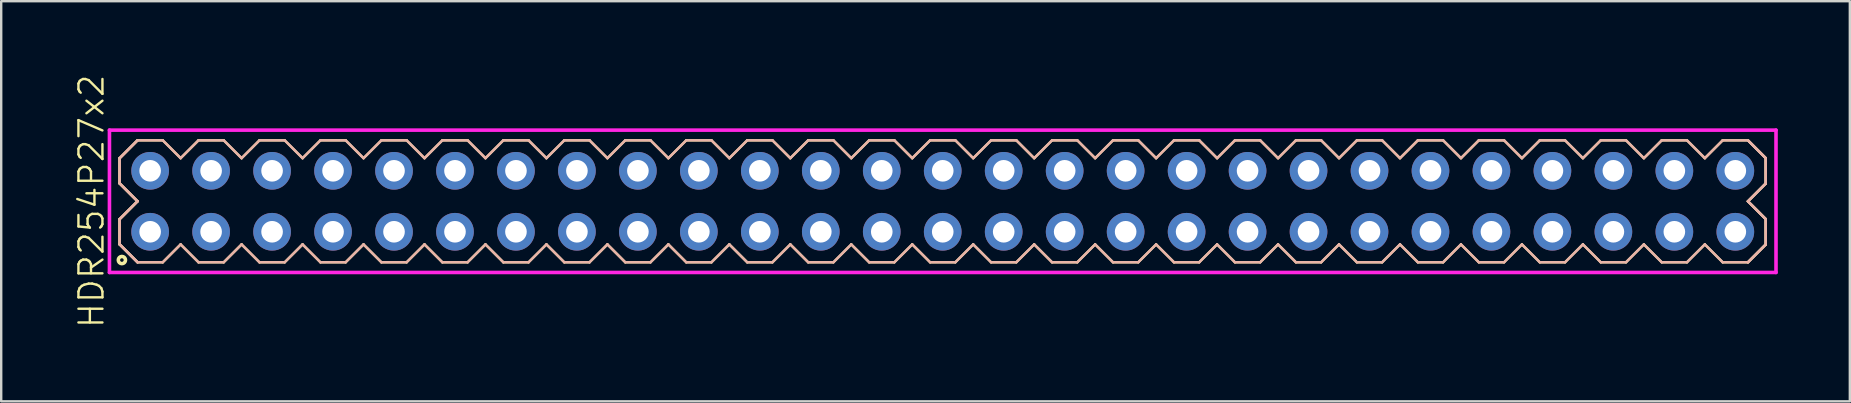
<source format=kicad_pcb>
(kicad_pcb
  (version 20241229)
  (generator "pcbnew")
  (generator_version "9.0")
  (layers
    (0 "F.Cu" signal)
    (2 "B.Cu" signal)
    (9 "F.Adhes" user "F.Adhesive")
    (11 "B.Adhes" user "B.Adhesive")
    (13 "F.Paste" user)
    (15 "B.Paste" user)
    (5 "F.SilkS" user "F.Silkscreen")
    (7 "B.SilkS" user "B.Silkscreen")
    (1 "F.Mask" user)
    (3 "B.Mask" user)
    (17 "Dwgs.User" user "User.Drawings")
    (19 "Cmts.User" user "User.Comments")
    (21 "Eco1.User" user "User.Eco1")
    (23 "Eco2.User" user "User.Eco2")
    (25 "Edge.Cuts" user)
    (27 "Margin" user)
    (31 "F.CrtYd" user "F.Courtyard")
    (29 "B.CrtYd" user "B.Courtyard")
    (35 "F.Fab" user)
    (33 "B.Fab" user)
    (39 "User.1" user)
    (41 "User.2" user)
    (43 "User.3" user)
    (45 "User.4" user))
  (footprint "HDR254P27x2"
    (layer "F.Cu")
    (at 36.225 5.336)
    (property "Reference" "HDR254P27x2" (at -35.465 0 90) (layer "F.SilkS") (effects (font (size 1 1) (thickness 0.1))))
    (attr through_hole)
    (fp_line (start -34.29 -1.796) (end -33.546 -2.54) (stroke (width 0.1) (type solid)) (layer "F.SilkS"))
    (fp_line (start -34.29 -1.796) (end -33.546 -2.54) (stroke (width 0.1) (type solid)) (layer "F.SilkS"))
    (fp_line (start -34.29 -0.744) (end -34.29 -1.796) (stroke (width 0.1) (type solid)) (layer "F.SilkS"))
    (fp_line (start -34.29 -0.744) (end -34.29 -1.796) (stroke (width 0.1) (type solid)) (layer "F.SilkS"))
    (fp_line (start -34.29 0.744) (end -33.546 0) (stroke (width 0.1) (type solid)) (layer "F.SilkS"))
    (fp_line (start -34.29 0.744) (end -33.546 0) (stroke (width 0.1) (type solid)) (layer "F.SilkS"))
    (fp_line (start -34.29 1.796) (end -34.29 0.744) (stroke (width 0.1) (type solid)) (layer "F.SilkS"))
    (fp_line (start -34.29 1.796) (end -34.29 0.744) (stroke (width 0.1) (type solid)) (layer "F.SilkS"))
    (fp_line (start -33.546 -2.54) (end -32.494 -2.54) (stroke (width 0.1) (type solid)) (layer "F.SilkS"))
    (fp_line (start -33.546 0) (end -34.29 -0.744) (stroke (width 0.1) (type solid)) (layer "F.SilkS"))
    (fp_line (start -33.546 0) (end -34.29 -0.744) (stroke (width 0.1) (type solid)) (layer "F.SilkS"))
    (fp_line (start -33.546 2.54) (end -34.29 1.796) (stroke (width 0.1) (type solid)) (layer "F.SilkS"))
    (fp_line (start -33.546 2.54) (end -34.29 1.796) (stroke (width 0.1) (type solid)) (layer "F.SilkS"))
    (fp_line (start -32.494 -2.54) (end -31.75 -1.796) (stroke (width 0.1) (type solid)) (layer "F.SilkS"))
    (fp_line (start -32.494 2.54) (end -33.546 2.54) (stroke (width 0.1) (type solid)) (layer "F.SilkS"))
    (fp_line (start -31.75 -1.796) (end -31.006 -2.54) (stroke (width 0.1) (type solid)) (layer "F.SilkS"))
    (fp_line (start -31.75 1.796) (end -32.494 2.54) (stroke (width 0.1) (type solid)) (layer "F.SilkS"))
    (fp_line (start -31.006 -2.54) (end -29.954 -2.54) (stroke (width 0.1) (type solid)) (layer "F.SilkS"))
    (fp_line (start -31.006 2.54) (end -31.75 1.796) (stroke (width 0.1) (type solid)) (layer "F.SilkS"))
    (fp_line (start -29.954 -2.54) (end -29.21 -1.796) (stroke (width 0.1) (type solid)) (layer "F.SilkS"))
    (fp_line (start -29.954 2.54) (end -31.006 2.54) (stroke (width 0.1) (type solid)) (layer "F.SilkS"))
    (fp_line (start -29.21 -1.796) (end -28.466 -2.54) (stroke (width 0.1) (type solid)) (layer "F.SilkS"))
    (fp_line (start -29.21 1.796) (end -29.954 2.54) (stroke (width 0.1) (type solid)) (layer "F.SilkS"))
    (fp_line (start -28.466 -2.54) (end -27.414 -2.54) (stroke (width 0.1) (type solid)) (layer "F.SilkS"))
    (fp_line (start -28.466 2.54) (end -29.21 1.796) (stroke (width 0.1) (type solid)) (layer "F.SilkS"))
    (fp_line (start -27.414 -2.54) (end -26.67 -1.796) (stroke (width 0.1) (type solid)) (layer "F.SilkS"))
    (fp_line (start -27.414 2.54) (end -28.466 2.54) (stroke (width 0.1) (type solid)) (layer "F.SilkS"))
    (fp_line (start -26.67 -1.796) (end -25.926 -2.54) (stroke (width 0.1) (type solid)) (layer "F.SilkS"))
    (fp_line (start -26.67 1.796) (end -27.414 2.54) (stroke (width 0.1) (type solid)) (layer "F.SilkS"))
    (fp_line (start -25.926 -2.54) (end -24.874 -2.54) (stroke (width 0.1) (type solid)) (layer "F.SilkS"))
    (fp_line (start -25.926 2.54) (end -26.67 1.796) (stroke (width 0.1) (type solid)) (layer "F.SilkS"))
    (fp_line (start -24.874 -2.54) (end -24.13 -1.796) (stroke (width 0.1) (type solid)) (layer "F.SilkS"))
    (fp_line (start -24.874 2.54) (end -25.926 2.54) (stroke (width 0.1) (type solid)) (layer "F.SilkS"))
    (fp_line (start -24.13 -1.796) (end -23.386 -2.54) (stroke (width 0.1) (type solid)) (layer "F.SilkS"))
    (fp_line (start -24.13 1.796) (end -24.874 2.54) (stroke (width 0.1) (type solid)) (layer "F.SilkS"))
    (fp_line (start -23.386 -2.54) (end -22.334 -2.54) (stroke (width 0.1) (type solid)) (layer "F.SilkS"))
    (fp_line (start -23.386 2.54) (end -24.13 1.796) (stroke (width 0.1) (type solid)) (layer "F.SilkS"))
    (fp_line (start -22.334 -2.54) (end -21.59 -1.796) (stroke (width 0.1) (type solid)) (layer "F.SilkS"))
    (fp_line (start -22.334 2.54) (end -23.386 2.54) (stroke (width 0.1) (type solid)) (layer "F.SilkS"))
    (fp_line (start -21.59 -1.796) (end -20.846 -2.54) (stroke (width 0.1) (type solid)) (layer "F.SilkS"))
    (fp_line (start -21.59 1.796) (end -22.334 2.54) (stroke (width 0.1) (type solid)) (layer "F.SilkS"))
    (fp_line (start -20.846 -2.54) (end -19.794 -2.54) (stroke (width 0.1) (type solid)) (layer "F.SilkS"))
    (fp_line (start -20.846 2.54) (end -21.59 1.796) (stroke (width 0.1) (type solid)) (layer "F.SilkS"))
    (fp_line (start -19.794 -2.54) (end -19.05 -1.796) (stroke (width 0.1) (type solid)) (layer "F.SilkS"))
    (fp_line (start -19.794 2.54) (end -20.846 2.54) (stroke (width 0.1) (type solid)) (layer "F.SilkS"))
    (fp_line (start -19.05 -1.796) (end -18.306 -2.54) (stroke (width 0.1) (type solid)) (layer "F.SilkS"))
    (fp_line (start -19.05 1.796) (end -19.794 2.54) (stroke (width 0.1) (type solid)) (layer "F.SilkS"))
    (fp_line (start -18.306 -2.54) (end -17.254 -2.54) (stroke (width 0.1) (type solid)) (layer "F.SilkS"))
    (fp_line (start -18.306 2.54) (end -19.05 1.796) (stroke (width 0.1) (type solid)) (layer "F.SilkS"))
    (fp_line (start -17.254 -2.54) (end -16.51 -1.796) (stroke (width 0.1) (type solid)) (layer "F.SilkS"))
    (fp_line (start -17.254 2.54) (end -18.306 2.54) (stroke (width 0.1) (type solid)) (layer "F.SilkS"))
    (fp_line (start -16.51 -1.796) (end -15.766 -2.54) (stroke (width 0.1) (type solid)) (layer "F.SilkS"))
    (fp_line (start -16.51 1.796) (end -17.254 2.54) (stroke (width 0.1) (type solid)) (layer "F.SilkS"))
    (fp_line (start -15.766 -2.54) (end -14.714 -2.54) (stroke (width 0.1) (type solid)) (layer "F.SilkS"))
    (fp_line (start -15.766 2.54) (end -16.51 1.796) (stroke (width 0.1) (type solid)) (layer "F.SilkS"))
    (fp_line (start -14.714 -2.54) (end -13.97 -1.796) (stroke (width 0.1) (type solid)) (layer "F.SilkS"))
    (fp_line (start -14.714 2.54) (end -15.766 2.54) (stroke (width 0.1) (type solid)) (layer "F.SilkS"))
    (fp_line (start -13.97 -1.796) (end -13.226 -2.54) (stroke (width 0.1) (type solid)) (layer "F.SilkS"))
    (fp_line (start -13.97 1.796) (end -14.714 2.54) (stroke (width 0.1) (type solid)) (layer "F.SilkS"))
    (fp_line (start -13.226 -2.54) (end -12.174 -2.54) (stroke (width 0.1) (type solid)) (layer "F.SilkS"))
    (fp_line (start -13.226 2.54) (end -13.97 1.796) (stroke (width 0.1) (type solid)) (layer "F.SilkS"))
    (fp_line (start -12.174 -2.54) (end -11.43 -1.796) (stroke (width 0.1) (type solid)) (layer "F.SilkS"))
    (fp_line (start -12.174 2.54) (end -13.226 2.54) (stroke (width 0.1) (type solid)) (layer "F.SilkS"))
    (fp_line (start -11.43 -1.796) (end -10.686 -2.54) (stroke (width 0.1) (type solid)) (layer "F.SilkS"))
    (fp_line (start -11.43 1.796) (end -12.174 2.54) (stroke (width 0.1) (type solid)) (layer "F.SilkS"))
    (fp_line (start -10.686 -2.54) (end -9.634 -2.54) (stroke (width 0.1) (type solid)) (layer "F.SilkS"))
    (fp_line (start -10.686 2.54) (end -11.43 1.796) (stroke (width 0.1) (type solid)) (layer "F.SilkS"))
    (fp_line (start -9.634 -2.54) (end -8.89 -1.796) (stroke (width 0.1) (type solid)) (layer "F.SilkS"))
    (fp_line (start -9.634 2.54) (end -10.686 2.54) (stroke (width 0.1) (type solid)) (layer "F.SilkS"))
    (fp_line (start -8.89 -1.796) (end -8.146 -2.54) (stroke (width 0.1) (type solid)) (layer "F.SilkS"))
    (fp_line (start -8.89 1.796) (end -9.634 2.54) (stroke (width 0.1) (type solid)) (layer "F.SilkS"))
    (fp_line (start -8.146 -2.54) (end -7.094 -2.54) (stroke (width 0.1) (type solid)) (layer "F.SilkS"))
    (fp_line (start -8.146 2.54) (end -8.89 1.796) (stroke (width 0.1) (type solid)) (layer "F.SilkS"))
    (fp_line (start -7.094 -2.54) (end -6.35 -1.796) (stroke (width 0.1) (type solid)) (layer "F.SilkS"))
    (fp_line (start -7.094 2.54) (end -8.146 2.54) (stroke (width 0.1) (type solid)) (layer "F.SilkS"))
    (fp_line (start -6.35 -1.796) (end -5.606 -2.54) (stroke (width 0.1) (type solid)) (layer "F.SilkS"))
    (fp_line (start -6.35 1.796) (end -7.094 2.54) (stroke (width 0.1) (type solid)) (layer "F.SilkS"))
    (fp_line (start -5.606 -2.54) (end -4.554 -2.54) (stroke (width 0.1) (type solid)) (layer "F.SilkS"))
    (fp_line (start -5.606 2.54) (end -6.35 1.796) (stroke (width 0.1) (type solid)) (layer "F.SilkS"))
    (fp_line (start -4.554 -2.54) (end -3.81 -1.796) (stroke (width 0.1) (type solid)) (layer "F.SilkS"))
    (fp_line (start -4.554 2.54) (end -5.606 2.54) (stroke (width 0.1) (type solid)) (layer "F.SilkS"))
    (fp_line (start -3.81 -1.796) (end -3.066 -2.54) (stroke (width 0.1) (type solid)) (layer "F.SilkS"))
    (fp_line (start -3.81 1.796) (end -4.554 2.54) (stroke (width 0.1) (type solid)) (layer "F.SilkS"))
    (fp_line (start -3.066 -2.54) (end -2.014 -2.54) (stroke (width 0.1) (type solid)) (layer "F.SilkS"))
    (fp_line (start -3.066 2.54) (end -3.81 1.796) (stroke (width 0.1) (type solid)) (layer "F.SilkS"))
    (fp_line (start -2.014 -2.54) (end -1.27 -1.796) (stroke (width 0.1) (type solid)) (layer "F.SilkS"))
    (fp_line (start -2.014 2.54) (end -3.066 2.54) (stroke (width 0.1) (type solid)) (layer "F.SilkS"))
    (fp_line (start -1.27 -1.796) (end -0.526 -2.54) (stroke (width 0.1) (type solid)) (layer "F.SilkS"))
    (fp_line (start -1.27 1.796) (end -2.014 2.54) (stroke (width 0.1) (type solid)) (layer "F.SilkS"))
    (fp_line (start -0.526 -2.54) (end 0.526 -2.54) (stroke (width 0.1) (type solid)) (layer "F.SilkS"))
    (fp_line (start -0.526 2.54) (end -1.27 1.796) (stroke (width 0.1) (type solid)) (layer "F.SilkS"))
    (fp_line (start 0.526 -2.54) (end 1.27 -1.796) (stroke (width 0.1) (type solid)) (layer "F.SilkS"))
    (fp_line (start 0.526 2.54) (end -0.526 2.54) (stroke (width 0.1) (type solid)) (layer "F.SilkS"))
    (fp_line (start 1.27 -1.796) (end 2.014 -2.54) (stroke (width 0.1) (type solid)) (layer "F.SilkS"))
    (fp_line (start 1.27 1.796) (end 0.526 2.54) (stroke (width 0.1) (type solid)) (layer "F.SilkS"))
    (fp_line (start 2.014 -2.54) (end 3.066 -2.54) (stroke (width 0.1) (type solid)) (layer "F.SilkS"))
    (fp_line (start 2.014 2.54) (end 1.27 1.796) (stroke (width 0.1) (type solid)) (layer "F.SilkS"))
    (fp_line (start 3.066 -2.54) (end 3.81 -1.796) (stroke (width 0.1) (type solid)) (layer "F.SilkS"))
    (fp_line (start 3.066 2.54) (end 2.014 2.54) (stroke (width 0.1) (type solid)) (layer "F.SilkS"))
    (fp_line (start 3.81 -1.796) (end 4.554 -2.54) (stroke (width 0.1) (type solid)) (layer "F.SilkS"))
    (fp_line (start 3.81 1.796) (end 3.066 2.54) (stroke (width 0.1) (type solid)) (layer "F.SilkS"))
    (fp_line (start 4.554 -2.54) (end 5.606 -2.54) (stroke (width 0.1) (type solid)) (layer "F.SilkS"))
    (fp_line (start 4.554 2.54) (end 3.81 1.796) (stroke (width 0.1) (type solid)) (layer "F.SilkS"))
    (fp_line (start 5.606 -2.54) (end 6.35 -1.796) (stroke (width 0.1) (type solid)) (layer "F.SilkS"))
    (fp_line (start 5.606 2.54) (end 4.554 2.54) (stroke (width 0.1) (type solid)) (layer "F.SilkS"))
    (fp_line (start 6.35 -1.796) (end 7.094 -2.54) (stroke (width 0.1) (type solid)) (layer "F.SilkS"))
    (fp_line (start 6.35 1.796) (end 5.606 2.54) (stroke (width 0.1) (type solid)) (layer "F.SilkS"))
    (fp_line (start 7.094 -2.54) (end 8.146 -2.54) (stroke (width 0.1) (type solid)) (layer "F.SilkS"))
    (fp_line (start 7.094 2.54) (end 6.35 1.796) (stroke (width 0.1) (type solid)) (layer "F.SilkS"))
    (fp_line (start 8.146 -2.54) (end 8.89 -1.796) (stroke (width 0.1) (type solid)) (layer "F.SilkS"))
    (fp_line (start 8.146 2.54) (end 7.094 2.54) (stroke (width 0.1) (type solid)) (layer "F.SilkS"))
    (fp_line (start 8.89 -1.796) (end 9.634 -2.54) (stroke (width 0.1) (type solid)) (layer "F.SilkS"))
    (fp_line (start 8.89 1.796) (end 8.146 2.54) (stroke (width 0.1) (type solid)) (layer "F.SilkS"))
    (fp_line (start 9.634 -2.54) (end 10.686 -2.54) (stroke (width 0.1) (type solid)) (layer "F.SilkS"))
    (fp_line (start 9.634 2.54) (end 8.89 1.796) (stroke (width 0.1) (type solid)) (layer "F.SilkS"))
    (fp_line (start 10.686 -2.54) (end 11.43 -1.796) (stroke (width 0.1) (type solid)) (layer "F.SilkS"))
    (fp_line (start 10.686 2.54) (end 9.634 2.54) (stroke (width 0.1) (type solid)) (layer "F.SilkS"))
    (fp_line (start 11.43 -1.796) (end 12.174 -2.54) (stroke (width 0.1) (type solid)) (layer "F.SilkS"))
    (fp_line (start 11.43 1.796) (end 10.686 2.54) (stroke (width 0.1) (type solid)) (layer "F.SilkS"))
    (fp_line (start 12.174 -2.54) (end 13.226 -2.54) (stroke (width 0.1) (type solid)) (layer "F.SilkS"))
    (fp_line (start 12.174 2.54) (end 11.43 1.796) (stroke (width 0.1) (type solid)) (layer "F.SilkS"))
    (fp_line (start 13.226 -2.54) (end 13.97 -1.796) (stroke (width 0.1) (type solid)) (layer "F.SilkS"))
    (fp_line (start 13.226 2.54) (end 12.174 2.54) (stroke (width 0.1) (type solid)) (layer "F.SilkS"))
    (fp_line (start 13.97 -1.796) (end 14.714 -2.54) (stroke (width 0.1) (type solid)) (layer "F.SilkS"))
    (fp_line (start 13.97 1.796) (end 13.226 2.54) (stroke (width 0.1) (type solid)) (layer "F.SilkS"))
    (fp_line (start 14.714 -2.54) (end 15.766 -2.54) (stroke (width 0.1) (type solid)) (layer "F.SilkS"))
    (fp_line (start 14.714 2.54) (end 13.97 1.796) (stroke (width 0.1) (type solid)) (layer "F.SilkS"))
    (fp_line (start 15.766 -2.54) (end 16.51 -1.796) (stroke (width 0.1) (type solid)) (layer "F.SilkS"))
    (fp_line (start 15.766 2.54) (end 14.714 2.54) (stroke (width 0.1) (type solid)) (layer "F.SilkS"))
    (fp_line (start 16.51 -1.796) (end 17.254 -2.54) (stroke (width 0.1) (type solid)) (layer "F.SilkS"))
    (fp_line (start 16.51 1.796) (end 15.766 2.54) (stroke (width 0.1) (type solid)) (layer "F.SilkS"))
    (fp_line (start 17.254 -2.54) (end 18.306 -2.54) (stroke (width 0.1) (type solid)) (layer "F.SilkS"))
    (fp_line (start 17.254 2.54) (end 16.51 1.796) (stroke (width 0.1) (type solid)) (layer "F.SilkS"))
    (fp_line (start 18.306 -2.54) (end 19.05 -1.796) (stroke (width 0.1) (type solid)) (layer "F.SilkS"))
    (fp_line (start 18.306 2.54) (end 17.254 2.54) (stroke (width 0.1) (type solid)) (layer "F.SilkS"))
    (fp_line (start 19.05 -1.796) (end 19.794 -2.54) (stroke (width 0.1) (type solid)) (layer "F.SilkS"))
    (fp_line (start 19.05 1.796) (end 18.306 2.54) (stroke (width 0.1) (type solid)) (layer "F.SilkS"))
    (fp_line (start 19.794 -2.54) (end 20.846 -2.54) (stroke (width 0.1) (type solid)) (layer "F.SilkS"))
    (fp_line (start 19.794 2.54) (end 19.05 1.796) (stroke (width 0.1) (type solid)) (layer "F.SilkS"))
    (fp_line (start 20.846 -2.54) (end 21.59 -1.796) (stroke (width 0.1) (type solid)) (layer "F.SilkS"))
    (fp_line (start 20.846 2.54) (end 19.794 2.54) (stroke (width 0.1) (type solid)) (layer "F.SilkS"))
    (fp_line (start 21.59 -1.796) (end 22.334 -2.54) (stroke (width 0.1) (type solid)) (layer "F.SilkS"))
    (fp_line (start 21.59 1.796) (end 20.846 2.54) (stroke (width 0.1) (type solid)) (layer "F.SilkS"))
    (fp_line (start 22.334 -2.54) (end 23.386 -2.54) (stroke (width 0.1) (type solid)) (layer "F.SilkS"))
    (fp_line (start 22.334 2.54) (end 21.59 1.796) (stroke (width 0.1) (type solid)) (layer "F.SilkS"))
    (fp_line (start 23.386 -2.54) (end 24.13 -1.796) (stroke (width 0.1) (type solid)) (layer "F.SilkS"))
    (fp_line (start 23.386 2.54) (end 22.334 2.54) (stroke (width 0.1) (type solid)) (layer "F.SilkS"))
    (fp_line (start 24.13 -1.796) (end 24.874 -2.54) (stroke (width 0.1) (type solid)) (layer "F.SilkS"))
    (fp_line (start 24.13 1.796) (end 23.386 2.54) (stroke (width 0.1) (type solid)) (layer "F.SilkS"))
    (fp_line (start 24.874 -2.54) (end 25.926 -2.54) (stroke (width 0.1) (type solid)) (layer "F.SilkS"))
    (fp_line (start 24.874 2.54) (end 24.13 1.796) (stroke (width 0.1) (type solid)) (layer "F.SilkS"))
    (fp_line (start 25.926 -2.54) (end 26.67 -1.796) (stroke (width 0.1) (type solid)) (layer "F.SilkS"))
    (fp_line (start 25.926 2.54) (end 24.874 2.54) (stroke (width 0.1) (type solid)) (layer "F.SilkS"))
    (fp_line (start 26.67 -1.796) (end 27.414 -2.54) (stroke (width 0.1) (type solid)) (layer "F.SilkS"))
    (fp_line (start 26.67 1.796) (end 25.926 2.54) (stroke (width 0.1) (type solid)) (layer "F.SilkS"))
    (fp_line (start 27.414 -2.54) (end 28.466 -2.54) (stroke (width 0.1) (type solid)) (layer "F.SilkS"))
    (fp_line (start 27.414 2.54) (end 26.67 1.796) (stroke (width 0.1) (type solid)) (layer "F.SilkS"))
    (fp_line (start 28.466 -2.54) (end 29.21 -1.796) (stroke (width 0.1) (type solid)) (layer "F.SilkS"))
    (fp_line (start 28.466 2.54) (end 27.414 2.54) (stroke (width 0.1) (type solid)) (layer "F.SilkS"))
    (fp_line (start 29.21 -1.796) (end 29.954 -2.54) (stroke (width 0.1) (type solid)) (layer "F.SilkS"))
    (fp_line (start 29.21 1.796) (end 28.466 2.54) (stroke (width 0.1) (type solid)) (layer "F.SilkS"))
    (fp_line (start 29.954 -2.54) (end 31.006 -2.54) (stroke (width 0.1) (type solid)) (layer "F.SilkS"))
    (fp_line (start 29.954 2.54) (end 29.21 1.796) (stroke (width 0.1) (type solid)) (layer "F.SilkS"))
    (fp_line (start 31.006 -2.54) (end 31.75 -1.796) (stroke (width 0.1) (type solid)) (layer "F.SilkS"))
    (fp_line (start 31.006 2.54) (end 29.954 2.54) (stroke (width 0.1) (type solid)) (layer "F.SilkS"))
    (fp_line (start 31.75 -1.796) (end 32.494 -2.54) (stroke (width 0.1) (type solid)) (layer "F.SilkS"))
    (fp_line (start 31.75 1.796) (end 31.006 2.54) (stroke (width 0.1) (type solid)) (layer "F.SilkS"))
    (fp_line (start 32.494 -2.54) (end 33.546 -2.54) (stroke (width 0.1) (type solid)) (layer "F.SilkS"))
    (fp_line (start 32.494 2.54) (end 31.75 1.796) (stroke (width 0.1) (type solid)) (layer "F.SilkS"))
    (fp_line (start 33.546 -2.54) (end 34.29 -1.796) (stroke (width 0.1) (type solid)) (layer "F.SilkS"))
    (fp_line (start 33.546 -2.54) (end 34.29 -1.796) (stroke (width 0.1) (type solid)) (layer "F.SilkS"))
    (fp_line (start 33.546 0) (end 34.29 0.744) (stroke (width 0.1) (type solid)) (layer "F.SilkS"))
    (fp_line (start 33.546 0) (end 34.29 0.744) (stroke (width 0.1) (type solid)) (layer "F.SilkS"))
    (fp_line (start 33.546 2.54) (end 32.494 2.54) (stroke (width 0.1) (type solid)) (layer "F.SilkS"))
    (fp_line (start 34.29 -1.796) (end 34.29 -0.744) (stroke (width 0.1) (type solid)) (layer "F.SilkS"))
    (fp_line (start 34.29 -1.796) (end 34.29 -0.744) (stroke (width 0.1) (type solid)) (layer "F.SilkS"))
    (fp_line (start 34.29 -0.744) (end 33.546 0) (stroke (width 0.1) (type solid)) (layer "F.SilkS"))
    (fp_line (start 34.29 -0.744) (end 33.546 0) (stroke (width 0.1) (type solid)) (layer "F.SilkS"))
    (fp_line (start 34.29 0.744) (end 34.29 1.796) (stroke (width 0.1) (type solid)) (layer "F.SilkS"))
    (fp_line (start 34.29 0.744) (end 34.29 1.796) (stroke (width 0.1) (type solid)) (layer "F.SilkS"))
    (fp_line (start 34.29 1.796) (end 33.546 2.54) (stroke (width 0.1) (type solid)) (layer "F.SilkS"))
    (fp_line (start 34.29 1.796) (end 33.546 2.54) (stroke (width 0.1) (type solid)) (layer "F.SilkS"))
    (fp_circle (center -34.197 2.448) (end -34.047 2.448) (stroke (width 0.15) (type solid)) (fill no) (layer "F.SilkS"))
    (fp_line (start -34.29 -1.796) (end -33.546 -2.54) (stroke (width 0.1) (type solid)) (layer "B.SilkS"))
    (fp_line (start -34.29 -1.796) (end -33.546 -2.54) (stroke (width 0.1) (type solid)) (layer "B.SilkS"))
    (fp_line (start -34.29 -0.744) (end -34.29 -1.796) (stroke (width 0.1) (type solid)) (layer "B.SilkS"))
    (fp_line (start -34.29 -0.744) (end -34.29 -1.796) (stroke (width 0.1) (type solid)) (layer "B.SilkS"))
    (fp_line (start -34.29 0.744) (end -33.546 0) (stroke (width 0.1) (type solid)) (layer "B.SilkS"))
    (fp_line (start -34.29 0.744) (end -33.546 0) (stroke (width 0.1) (type solid)) (layer "B.SilkS"))
    (fp_line (start -34.29 1.796) (end -34.29 0.744) (stroke (width 0.1) (type solid)) (layer "B.SilkS"))
    (fp_line (start -34.29 1.796) (end -34.29 0.744) (stroke (width 0.1) (type solid)) (layer "B.SilkS"))
    (fp_line (start -33.546 -2.54) (end -32.494 -2.54) (stroke (width 0.1) (type solid)) (layer "B.SilkS"))
    (fp_line (start -33.546 0) (end -34.29 -0.744) (stroke (width 0.1) (type solid)) (layer "B.SilkS"))
    (fp_line (start -33.546 0) (end -34.29 -0.744) (stroke (width 0.1) (type solid)) (layer "B.SilkS"))
    (fp_line (start -33.546 2.54) (end -34.29 1.796) (stroke (width 0.1) (type solid)) (layer "B.SilkS"))
    (fp_line (start -33.546 2.54) (end -34.29 1.796) (stroke (width 0.1) (type solid)) (layer "B.SilkS"))
    (fp_line (start -32.494 -2.54) (end -31.75 -1.796) (stroke (width 0.1) (type solid)) (layer "B.SilkS"))
    (fp_line (start -32.494 2.54) (end -33.546 2.54) (stroke (width 0.1) (type solid)) (layer "B.SilkS"))
    (fp_line (start -31.75 -1.796) (end -31.006 -2.54) (stroke (width 0.1) (type solid)) (layer "B.SilkS"))
    (fp_line (start -31.75 1.796) (end -32.494 2.54) (stroke (width 0.1) (type solid)) (layer "B.SilkS"))
    (fp_line (start -31.006 -2.54) (end -29.954 -2.54) (stroke (width 0.1) (type solid)) (layer "B.SilkS"))
    (fp_line (start -31.006 2.54) (end -31.75 1.796) (stroke (width 0.1) (type solid)) (layer "B.SilkS"))
    (fp_line (start -29.954 -2.54) (end -29.21 -1.796) (stroke (width 0.1) (type solid)) (layer "B.SilkS"))
    (fp_line (start -29.954 2.54) (end -31.006 2.54) (stroke (width 0.1) (type solid)) (layer "B.SilkS"))
    (fp_line (start -29.21 -1.796) (end -28.466 -2.54) (stroke (width 0.1) (type solid)) (layer "B.SilkS"))
    (fp_line (start -29.21 1.796) (end -29.954 2.54) (stroke (width 0.1) (type solid)) (layer "B.SilkS"))
    (fp_line (start -28.466 -2.54) (end -27.414 -2.54) (stroke (width 0.1) (type solid)) (layer "B.SilkS"))
    (fp_line (start -28.466 2.54) (end -29.21 1.796) (stroke (width 0.1) (type solid)) (layer "B.SilkS"))
    (fp_line (start -27.414 -2.54) (end -26.67 -1.796) (stroke (width 0.1) (type solid)) (layer "B.SilkS"))
    (fp_line (start -27.414 2.54) (end -28.466 2.54) (stroke (width 0.1) (type solid)) (layer "B.SilkS"))
    (fp_line (start -26.67 -1.796) (end -25.926 -2.54) (stroke (width 0.1) (type solid)) (layer "B.SilkS"))
    (fp_line (start -26.67 1.796) (end -27.414 2.54) (stroke (width 0.1) (type solid)) (layer "B.SilkS"))
    (fp_line (start -25.926 -2.54) (end -24.874 -2.54) (stroke (width 0.1) (type solid)) (layer "B.SilkS"))
    (fp_line (start -25.926 2.54) (end -26.67 1.796) (stroke (width 0.1) (type solid)) (layer "B.SilkS"))
    (fp_line (start -24.874 -2.54) (end -24.13 -1.796) (stroke (width 0.1) (type solid)) (layer "B.SilkS"))
    (fp_line (start -24.874 2.54) (end -25.926 2.54) (stroke (width 0.1) (type solid)) (layer "B.SilkS"))
    (fp_line (start -24.13 -1.796) (end -23.386 -2.54) (stroke (width 0.1) (type solid)) (layer "B.SilkS"))
    (fp_line (start -24.13 1.796) (end -24.874 2.54) (stroke (width 0.1) (type solid)) (layer "B.SilkS"))
    (fp_line (start -23.386 -2.54) (end -22.334 -2.54) (stroke (width 0.1) (type solid)) (layer "B.SilkS"))
    (fp_line (start -23.386 2.54) (end -24.13 1.796) (stroke (width 0.1) (type solid)) (layer "B.SilkS"))
    (fp_line (start -22.334 -2.54) (end -21.59 -1.796) (stroke (width 0.1) (type solid)) (layer "B.SilkS"))
    (fp_line (start -22.334 2.54) (end -23.386 2.54) (stroke (width 0.1) (type solid)) (layer "B.SilkS"))
    (fp_line (start -21.59 -1.796) (end -20.846 -2.54) (stroke (width 0.1) (type solid)) (layer "B.SilkS"))
    (fp_line (start -21.59 1.796) (end -22.334 2.54) (stroke (width 0.1) (type solid)) (layer "B.SilkS"))
    (fp_line (start -20.846 -2.54) (end -19.794 -2.54) (stroke (width 0.1) (type solid)) (layer "B.SilkS"))
    (fp_line (start -20.846 2.54) (end -21.59 1.796) (stroke (width 0.1) (type solid)) (layer "B.SilkS"))
    (fp_line (start -19.794 -2.54) (end -19.05 -1.796) (stroke (width 0.1) (type solid)) (layer "B.SilkS"))
    (fp_line (start -19.794 2.54) (end -20.846 2.54) (stroke (width 0.1) (type solid)) (layer "B.SilkS"))
    (fp_line (start -19.05 -1.796) (end -18.306 -2.54) (stroke (width 0.1) (type solid)) (layer "B.SilkS"))
    (fp_line (start -19.05 1.796) (end -19.794 2.54) (stroke (width 0.1) (type solid)) (layer "B.SilkS"))
    (fp_line (start -18.306 -2.54) (end -17.254 -2.54) (stroke (width 0.1) (type solid)) (layer "B.SilkS"))
    (fp_line (start -18.306 2.54) (end -19.05 1.796) (stroke (width 0.1) (type solid)) (layer "B.SilkS"))
    (fp_line (start -17.254 -2.54) (end -16.51 -1.796) (stroke (width 0.1) (type solid)) (layer "B.SilkS"))
    (fp_line (start -17.254 2.54) (end -18.306 2.54) (stroke (width 0.1) (type solid)) (layer "B.SilkS"))
    (fp_line (start -16.51 -1.796) (end -15.766 -2.54) (stroke (width 0.1) (type solid)) (layer "B.SilkS"))
    (fp_line (start -16.51 1.796) (end -17.254 2.54) (stroke (width 0.1) (type solid)) (layer "B.SilkS"))
    (fp_line (start -15.766 -2.54) (end -14.714 -2.54) (stroke (width 0.1) (type solid)) (layer "B.SilkS"))
    (fp_line (start -15.766 2.54) (end -16.51 1.796) (stroke (width 0.1) (type solid)) (layer "B.SilkS"))
    (fp_line (start -14.714 -2.54) (end -13.97 -1.796) (stroke (width 0.1) (type solid)) (layer "B.SilkS"))
    (fp_line (start -14.714 2.54) (end -15.766 2.54) (stroke (width 0.1) (type solid)) (layer "B.SilkS"))
    (fp_line (start -13.97 -1.796) (end -13.226 -2.54) (stroke (width 0.1) (type solid)) (layer "B.SilkS"))
    (fp_line (start -13.97 1.796) (end -14.714 2.54) (stroke (width 0.1) (type solid)) (layer "B.SilkS"))
    (fp_line (start -13.226 -2.54) (end -12.174 -2.54) (stroke (width 0.1) (type solid)) (layer "B.SilkS"))
    (fp_line (start -13.226 2.54) (end -13.97 1.796) (stroke (width 0.1) (type solid)) (layer "B.SilkS"))
    (fp_line (start -12.174 -2.54) (end -11.43 -1.796) (stroke (width 0.1) (type solid)) (layer "B.SilkS"))
    (fp_line (start -12.174 2.54) (end -13.226 2.54) (stroke (width 0.1) (type solid)) (layer "B.SilkS"))
    (fp_line (start -11.43 -1.796) (end -10.686 -2.54) (stroke (width 0.1) (type solid)) (layer "B.SilkS"))
    (fp_line (start -11.43 1.796) (end -12.174 2.54) (stroke (width 0.1) (type solid)) (layer "B.SilkS"))
    (fp_line (start -10.686 -2.54) (end -9.634 -2.54) (stroke (width 0.1) (type solid)) (layer "B.SilkS"))
    (fp_line (start -10.686 2.54) (end -11.43 1.796) (stroke (width 0.1) (type solid)) (layer "B.SilkS"))
    (fp_line (start -9.634 -2.54) (end -8.89 -1.796) (stroke (width 0.1) (type solid)) (layer "B.SilkS"))
    (fp_line (start -9.634 2.54) (end -10.686 2.54) (stroke (width 0.1) (type solid)) (layer "B.SilkS"))
    (fp_line (start -8.89 -1.796) (end -8.146 -2.54) (stroke (width 0.1) (type solid)) (layer "B.SilkS"))
    (fp_line (start -8.89 1.796) (end -9.634 2.54) (stroke (width 0.1) (type solid)) (layer "B.SilkS"))
    (fp_line (start -8.146 -2.54) (end -7.094 -2.54) (stroke (width 0.1) (type solid)) (layer "B.SilkS"))
    (fp_line (start -8.146 2.54) (end -8.89 1.796) (stroke (width 0.1) (type solid)) (layer "B.SilkS"))
    (fp_line (start -7.094 -2.54) (end -6.35 -1.796) (stroke (width 0.1) (type solid)) (layer "B.SilkS"))
    (fp_line (start -7.094 2.54) (end -8.146 2.54) (stroke (width 0.1) (type solid)) (layer "B.SilkS"))
    (fp_line (start -6.35 -1.796) (end -5.606 -2.54) (stroke (width 0.1) (type solid)) (layer "B.SilkS"))
    (fp_line (start -6.35 1.796) (end -7.094 2.54) (stroke (width 0.1) (type solid)) (layer "B.SilkS"))
    (fp_line (start -5.606 -2.54) (end -4.554 -2.54) (stroke (width 0.1) (type solid)) (layer "B.SilkS"))
    (fp_line (start -5.606 2.54) (end -6.35 1.796) (stroke (width 0.1) (type solid)) (layer "B.SilkS"))
    (fp_line (start -4.554 -2.54) (end -3.81 -1.796) (stroke (width 0.1) (type solid)) (layer "B.SilkS"))
    (fp_line (start -4.554 2.54) (end -5.606 2.54) (stroke (width 0.1) (type solid)) (layer "B.SilkS"))
    (fp_line (start -3.81 -1.796) (end -3.066 -2.54) (stroke (width 0.1) (type solid)) (layer "B.SilkS"))
    (fp_line (start -3.81 1.796) (end -4.554 2.54) (stroke (width 0.1) (type solid)) (layer "B.SilkS"))
    (fp_line (start -3.066 -2.54) (end -2.014 -2.54) (stroke (width 0.1) (type solid)) (layer "B.SilkS"))
    (fp_line (start -3.066 2.54) (end -3.81 1.796) (stroke (width 0.1) (type solid)) (layer "B.SilkS"))
    (fp_line (start -2.014 -2.54) (end -1.27 -1.796) (stroke (width 0.1) (type solid)) (layer "B.SilkS"))
    (fp_line (start -2.014 2.54) (end -3.066 2.54) (stroke (width 0.1) (type solid)) (layer "B.SilkS"))
    (fp_line (start -1.27 -1.796) (end -0.526 -2.54) (stroke (width 0.1) (type solid)) (layer "B.SilkS"))
    (fp_line (start -1.27 1.796) (end -2.014 2.54) (stroke (width 0.1) (type solid)) (layer "B.SilkS"))
    (fp_line (start -0.526 -2.54) (end 0.526 -2.54) (stroke (width 0.1) (type solid)) (layer "B.SilkS"))
    (fp_line (start -0.526 2.54) (end -1.27 1.796) (stroke (width 0.1) (type solid)) (layer "B.SilkS"))
    (fp_line (start 0.526 -2.54) (end 1.27 -1.796) (stroke (width 0.1) (type solid)) (layer "B.SilkS"))
    (fp_line (start 0.526 2.54) (end -0.526 2.54) (stroke (width 0.1) (type solid)) (layer "B.SilkS"))
    (fp_line (start 1.27 -1.796) (end 2.014 -2.54) (stroke (width 0.1) (type solid)) (layer "B.SilkS"))
    (fp_line (start 1.27 1.796) (end 0.526 2.54) (stroke (width 0.1) (type solid)) (layer "B.SilkS"))
    (fp_line (start 2.014 -2.54) (end 3.066 -2.54) (stroke (width 0.1) (type solid)) (layer "B.SilkS"))
    (fp_line (start 2.014 2.54) (end 1.27 1.796) (stroke (width 0.1) (type solid)) (layer "B.SilkS"))
    (fp_line (start 3.066 -2.54) (end 3.81 -1.796) (stroke (width 0.1) (type solid)) (layer "B.SilkS"))
    (fp_line (start 3.066 2.54) (end 2.014 2.54) (stroke (width 0.1) (type solid)) (layer "B.SilkS"))
    (fp_line (start 3.81 -1.796) (end 4.554 -2.54) (stroke (width 0.1) (type solid)) (layer "B.SilkS"))
    (fp_line (start 3.81 1.796) (end 3.066 2.54) (stroke (width 0.1) (type solid)) (layer "B.SilkS"))
    (fp_line (start 4.554 -2.54) (end 5.606 -2.54) (stroke (width 0.1) (type solid)) (layer "B.SilkS"))
    (fp_line (start 4.554 2.54) (end 3.81 1.796) (stroke (width 0.1) (type solid)) (layer "B.SilkS"))
    (fp_line (start 5.606 -2.54) (end 6.35 -1.796) (stroke (width 0.1) (type solid)) (layer "B.SilkS"))
    (fp_line (start 5.606 2.54) (end 4.554 2.54) (stroke (width 0.1) (type solid)) (layer "B.SilkS"))
    (fp_line (start 6.35 -1.796) (end 7.094 -2.54) (stroke (width 0.1) (type solid)) (layer "B.SilkS"))
    (fp_line (start 6.35 1.796) (end 5.606 2.54) (stroke (width 0.1) (type solid)) (layer "B.SilkS"))
    (fp_line (start 7.094 -2.54) (end 8.146 -2.54) (stroke (width 0.1) (type solid)) (layer "B.SilkS"))
    (fp_line (start 7.094 2.54) (end 6.35 1.796) (stroke (width 0.1) (type solid)) (layer "B.SilkS"))
    (fp_line (start 8.146 -2.54) (end 8.89 -1.796) (stroke (width 0.1) (type solid)) (layer "B.SilkS"))
    (fp_line (start 8.146 2.54) (end 7.094 2.54) (stroke (width 0.1) (type solid)) (layer "B.SilkS"))
    (fp_line (start 8.89 -1.796) (end 9.634 -2.54) (stroke (width 0.1) (type solid)) (layer "B.SilkS"))
    (fp_line (start 8.89 1.796) (end 8.146 2.54) (stroke (width 0.1) (type solid)) (layer "B.SilkS"))
    (fp_line (start 9.634 -2.54) (end 10.686 -2.54) (stroke (width 0.1) (type solid)) (layer "B.SilkS"))
    (fp_line (start 9.634 2.54) (end 8.89 1.796) (stroke (width 0.1) (type solid)) (layer "B.SilkS"))
    (fp_line (start 10.686 -2.54) (end 11.43 -1.796) (stroke (width 0.1) (type solid)) (layer "B.SilkS"))
    (fp_line (start 10.686 2.54) (end 9.634 2.54) (stroke (width 0.1) (type solid)) (layer "B.SilkS"))
    (fp_line (start 11.43 -1.796) (end 12.174 -2.54) (stroke (width 0.1) (type solid)) (layer "B.SilkS"))
    (fp_line (start 11.43 1.796) (end 10.686 2.54) (stroke (width 0.1) (type solid)) (layer "B.SilkS"))
    (fp_line (start 12.174 -2.54) (end 13.226 -2.54) (stroke (width 0.1) (type solid)) (layer "B.SilkS"))
    (fp_line (start 12.174 2.54) (end 11.43 1.796) (stroke (width 0.1) (type solid)) (layer "B.SilkS"))
    (fp_line (start 13.226 -2.54) (end 13.97 -1.796) (stroke (width 0.1) (type solid)) (layer "B.SilkS"))
    (fp_line (start 13.226 2.54) (end 12.174 2.54) (stroke (width 0.1) (type solid)) (layer "B.SilkS"))
    (fp_line (start 13.97 -1.796) (end 14.714 -2.54) (stroke (width 0.1) (type solid)) (layer "B.SilkS"))
    (fp_line (start 13.97 1.796) (end 13.226 2.54) (stroke (width 0.1) (type solid)) (layer "B.SilkS"))
    (fp_line (start 14.714 -2.54) (end 15.766 -2.54) (stroke (width 0.1) (type solid)) (layer "B.SilkS"))
    (fp_line (start 14.714 2.54) (end 13.97 1.796) (stroke (width 0.1) (type solid)) (layer "B.SilkS"))
    (fp_line (start 15.766 -2.54) (end 16.51 -1.796) (stroke (width 0.1) (type solid)) (layer "B.SilkS"))
    (fp_line (start 15.766 2.54) (end 14.714 2.54) (stroke (width 0.1) (type solid)) (layer "B.SilkS"))
    (fp_line (start 16.51 -1.796) (end 17.254 -2.54) (stroke (width 0.1) (type solid)) (layer "B.SilkS"))
    (fp_line (start 16.51 1.796) (end 15.766 2.54) (stroke (width 0.1) (type solid)) (layer "B.SilkS"))
    (fp_line (start 17.254 -2.54) (end 18.306 -2.54) (stroke (width 0.1) (type solid)) (layer "B.SilkS"))
    (fp_line (start 17.254 2.54) (end 16.51 1.796) (stroke (width 0.1) (type solid)) (layer "B.SilkS"))
    (fp_line (start 18.306 -2.54) (end 19.05 -1.796) (stroke (width 0.1) (type solid)) (layer "B.SilkS"))
    (fp_line (start 18.306 2.54) (end 17.254 2.54) (stroke (width 0.1) (type solid)) (layer "B.SilkS"))
    (fp_line (start 19.05 -1.796) (end 19.794 -2.54) (stroke (width 0.1) (type solid)) (layer "B.SilkS"))
    (fp_line (start 19.05 1.796) (end 18.306 2.54) (stroke (width 0.1) (type solid)) (layer "B.SilkS"))
    (fp_line (start 19.794 -2.54) (end 20.846 -2.54) (stroke (width 0.1) (type solid)) (layer "B.SilkS"))
    (fp_line (start 19.794 2.54) (end 19.05 1.796) (stroke (width 0.1) (type solid)) (layer "B.SilkS"))
    (fp_line (start 20.846 -2.54) (end 21.59 -1.796) (stroke (width 0.1) (type solid)) (layer "B.SilkS"))
    (fp_line (start 20.846 2.54) (end 19.794 2.54) (stroke (width 0.1) (type solid)) (layer "B.SilkS"))
    (fp_line (start 21.59 -1.796) (end 22.334 -2.54) (stroke (width 0.1) (type solid)) (layer "B.SilkS"))
    (fp_line (start 21.59 1.796) (end 20.846 2.54) (stroke (width 0.1) (type solid)) (layer "B.SilkS"))
    (fp_line (start 22.334 -2.54) (end 23.386 -2.54) (stroke (width 0.1) (type solid)) (layer "B.SilkS"))
    (fp_line (start 22.334 2.54) (end 21.59 1.796) (stroke (width 0.1) (type solid)) (layer "B.SilkS"))
    (fp_line (start 23.386 -2.54) (end 24.13 -1.796) (stroke (width 0.1) (type solid)) (layer "B.SilkS"))
    (fp_line (start 23.386 2.54) (end 22.334 2.54) (stroke (width 0.1) (type solid)) (layer "B.SilkS"))
    (fp_line (start 24.13 -1.796) (end 24.874 -2.54) (stroke (width 0.1) (type solid)) (layer "B.SilkS"))
    (fp_line (start 24.13 1.796) (end 23.386 2.54) (stroke (width 0.1) (type solid)) (layer "B.SilkS"))
    (fp_line (start 24.874 -2.54) (end 25.926 -2.54) (stroke (width 0.1) (type solid)) (layer "B.SilkS"))
    (fp_line (start 24.874 2.54) (end 24.13 1.796) (stroke (width 0.1) (type solid)) (layer "B.SilkS"))
    (fp_line (start 25.926 -2.54) (end 26.67 -1.796) (stroke (width 0.1) (type solid)) (layer "B.SilkS"))
    (fp_line (start 25.926 2.54) (end 24.874 2.54) (stroke (width 0.1) (type solid)) (layer "B.SilkS"))
    (fp_line (start 26.67 -1.796) (end 27.414 -2.54) (stroke (width 0.1) (type solid)) (layer "B.SilkS"))
    (fp_line (start 26.67 1.796) (end 25.926 2.54) (stroke (width 0.1) (type solid)) (layer "B.SilkS"))
    (fp_line (start 27.414 -2.54) (end 28.466 -2.54) (stroke (width 0.1) (type solid)) (layer "B.SilkS"))
    (fp_line (start 27.414 2.54) (end 26.67 1.796) (stroke (width 0.1) (type solid)) (layer "B.SilkS"))
    (fp_line (start 28.466 -2.54) (end 29.21 -1.796) (stroke (width 0.1) (type solid)) (layer "B.SilkS"))
    (fp_line (start 28.466 2.54) (end 27.414 2.54) (stroke (width 0.1) (type solid)) (layer "B.SilkS"))
    (fp_line (start 29.21 -1.796) (end 29.954 -2.54) (stroke (width 0.1) (type solid)) (layer "B.SilkS"))
    (fp_line (start 29.21 1.796) (end 28.466 2.54) (stroke (width 0.1) (type solid)) (layer "B.SilkS"))
    (fp_line (start 29.954 -2.54) (end 31.006 -2.54) (stroke (width 0.1) (type solid)) (layer "B.SilkS"))
    (fp_line (start 29.954 2.54) (end 29.21 1.796) (stroke (width 0.1) (type solid)) (layer "B.SilkS"))
    (fp_line (start 31.006 -2.54) (end 31.75 -1.796) (stroke (width 0.1) (type solid)) (layer "B.SilkS"))
    (fp_line (start 31.006 2.54) (end 29.954 2.54) (stroke (width 0.1) (type solid)) (layer "B.SilkS"))
    (fp_line (start 31.75 -1.796) (end 32.494 -2.54) (stroke (width 0.1) (type solid)) (layer "B.SilkS"))
    (fp_line (start 31.75 1.796) (end 31.006 2.54) (stroke (width 0.1) (type solid)) (layer "B.SilkS"))
    (fp_line (start 32.494 -2.54) (end 33.546 -2.54) (stroke (width 0.1) (type solid)) (layer "B.SilkS"))
    (fp_line (start 32.494 2.54) (end 31.75 1.796) (stroke (width 0.1) (type solid)) (layer "B.SilkS"))
    (fp_line (start 33.546 -2.54) (end 34.29 -1.796) (stroke (width 0.1) (type solid)) (layer "B.SilkS"))
    (fp_line (start 33.546 -2.54) (end 34.29 -1.796) (stroke (width 0.1) (type solid)) (layer "B.SilkS"))
    (fp_line (start 33.546 0) (end 34.29 0.744) (stroke (width 0.1) (type solid)) (layer "B.SilkS"))
    (fp_line (start 33.546 0) (end 34.29 0.744) (stroke (width 0.1) (type solid)) (layer "B.SilkS"))
    (fp_line (start 33.546 2.54) (end 32.494 2.54) (stroke (width 0.1) (type solid)) (layer "B.SilkS"))
    (fp_line (start 34.29 -1.796) (end 34.29 -0.744) (stroke (width 0.1) (type solid)) (layer "B.SilkS"))
    (fp_line (start 34.29 -1.796) (end 34.29 -0.744) (stroke (width 0.1) (type solid)) (layer "B.SilkS"))
    (fp_line (start 34.29 -0.744) (end 33.546 0) (stroke (width 0.1) (type solid)) (layer "B.SilkS"))
    (fp_line (start 34.29 -0.744) (end 33.546 0) (stroke (width 0.1) (type solid)) (layer "B.SilkS"))
    (fp_line (start 34.29 0.744) (end 34.29 1.796) (stroke (width 0.1) (type solid)) (layer "B.SilkS"))
    (fp_line (start 34.29 0.744) (end 34.29 1.796) (stroke (width 0.1) (type solid)) (layer "B.SilkS"))
    (fp_line (start 34.29 1.796) (end 33.546 2.54) (stroke (width 0.1) (type solid)) (layer "B.SilkS"))
    (fp_line (start 34.29 1.796) (end 33.546 2.54) (stroke (width 0.1) (type solid)) (layer "B.SilkS"))
    (fp_line (start -34.715 -2.965) (end -34.715 2.965) (stroke (width 0.15) (type solid)) (layer "F.CrtYd"))
    (fp_line (start -34.715 2.965) (end 34.715 2.965) (stroke (width 0.15) (type solid)) (layer "F.CrtYd"))
    (fp_line (start 34.715 -2.965) (end -34.715 -2.965) (stroke (width 0.15) (type solid)) (layer "F.CrtYd"))
    (fp_line (start 34.715 2.965) (end 34.715 -2.965) (stroke (width 0.15) (type solid)) (layer "F.CrtYd"))
    (pad "1" thru_hole oval (at -33.02 1.27) (size 1.57 1.57) (drill 0.9) (layers "*.Cu" "*.Mask"))
    (pad "2" thru_hole oval (at -33.02 -1.27) (size 1.57 1.57) (drill 0.9) (layers "*.Cu" "*.Mask"))
    (pad "3" thru_hole oval (at -30.48 1.27) (size 1.57 1.57) (drill 0.9) (layers "*.Cu" "*.Mask"))
    (pad "4" thru_hole oval (at -30.48 -1.27) (size 1.57 1.57) (drill 0.9) (layers "*.Cu" "*.Mask"))
    (pad "5" thru_hole oval (at -27.94 1.27) (size 1.57 1.57) (drill 0.9) (layers "*.Cu" "*.Mask"))
    (pad "6" thru_hole oval (at -27.94 -1.27) (size 1.57 1.57) (drill 0.9) (layers "*.Cu" "*.Mask"))
    (pad "7" thru_hole oval (at -25.4 1.27) (size 1.57 1.57) (drill 0.9) (layers "*.Cu" "*.Mask"))
    (pad "8" thru_hole oval (at -25.4 -1.27) (size 1.57 1.57) (drill 0.9) (layers "*.Cu" "*.Mask"))
    (pad "9" thru_hole oval (at -22.86 1.27) (size 1.57 1.57) (drill 0.9) (layers "*.Cu" "*.Mask"))
    (pad "10" thru_hole oval (at -22.86 -1.27) (size 1.57 1.57) (drill 0.9) (layers "*.Cu" "*.Mask"))
    (pad "11" thru_hole oval (at -20.32 1.27) (size 1.57 1.57) (drill 0.9) (layers "*.Cu" "*.Mask"))
    (pad "12" thru_hole oval (at -20.32 -1.27) (size 1.57 1.57) (drill 0.9) (layers "*.Cu" "*.Mask"))
    (pad "13" thru_hole oval (at -17.78 1.27) (size 1.57 1.57) (drill 0.9) (layers "*.Cu" "*.Mask"))
    (pad "14" thru_hole oval (at -17.78 -1.27) (size 1.57 1.57) (drill 0.9) (layers "*.Cu" "*.Mask"))
    (pad "15" thru_hole oval (at -15.24 1.27) (size 1.57 1.57) (drill 0.9) (layers "*.Cu" "*.Mask"))
    (pad "16" thru_hole oval (at -15.24 -1.27) (size 1.57 1.57) (drill 0.9) (layers "*.Cu" "*.Mask"))
    (pad "17" thru_hole oval (at -12.7 1.27) (size 1.57 1.57) (drill 0.9) (layers "*.Cu" "*.Mask"))
    (pad "18" thru_hole oval (at -12.7 -1.27) (size 1.57 1.57) (drill 0.9) (layers "*.Cu" "*.Mask"))
    (pad "19" thru_hole oval (at -10.16 1.27) (size 1.57 1.57) (drill 0.9) (layers "*.Cu" "*.Mask"))
    (pad "20" thru_hole oval (at -10.16 -1.27) (size 1.57 1.57) (drill 0.9) (layers "*.Cu" "*.Mask"))
    (pad "21" thru_hole oval (at -7.62 1.27) (size 1.57 1.57) (drill 0.9) (layers "*.Cu" "*.Mask"))
    (pad "22" thru_hole oval (at -7.62 -1.27) (size 1.57 1.57) (drill 0.9) (layers "*.Cu" "*.Mask"))
    (pad "23" thru_hole oval (at -5.08 1.27) (size 1.57 1.57) (drill 0.9) (layers "*.Cu" "*.Mask"))
    (pad "24" thru_hole oval (at -5.08 -1.27) (size 1.57 1.57) (drill 0.9) (layers "*.Cu" "*.Mask"))
    (pad "25" thru_hole oval (at -2.54 1.27) (size 1.57 1.57) (drill 0.9) (layers "*.Cu" "*.Mask"))
    (pad "26" thru_hole oval (at -2.54 -1.27) (size 1.57 1.57) (drill 0.9) (layers "*.Cu" "*.Mask"))
    (pad "27" thru_hole oval (at 0 1.27) (size 1.57 1.57) (drill 0.9) (layers "*.Cu" "*.Mask"))
    (pad "28" thru_hole oval (at 0 -1.27) (size 1.57 1.57) (drill 0.9) (layers "*.Cu" "*.Mask"))
    (pad "29" thru_hole oval (at 2.54 1.27) (size 1.57 1.57) (drill 0.9) (layers "*.Cu" "*.Mask"))
    (pad "30" thru_hole oval (at 2.54 -1.27) (size 1.57 1.57) (drill 0.9) (layers "*.Cu" "*.Mask"))
    (pad "31" thru_hole oval (at 5.08 1.27) (size 1.57 1.57) (drill 0.9) (layers "*.Cu" "*.Mask"))
    (pad "32" thru_hole oval (at 5.08 -1.27) (size 1.57 1.57) (drill 0.9) (layers "*.Cu" "*.Mask"))
    (pad "33" thru_hole oval (at 7.62 1.27) (size 1.57 1.57) (drill 0.9) (layers "*.Cu" "*.Mask"))
    (pad "34" thru_hole oval (at 7.62 -1.27) (size 1.57 1.57) (drill 0.9) (layers "*.Cu" "*.Mask"))
    (pad "35" thru_hole oval (at 10.16 1.27) (size 1.57 1.57) (drill 0.9) (layers "*.Cu" "*.Mask"))
    (pad "36" thru_hole oval (at 10.16 -1.27) (size 1.57 1.57) (drill 0.9) (layers "*.Cu" "*.Mask"))
    (pad "37" thru_hole oval (at 12.7 1.27) (size 1.57 1.57) (drill 0.9) (layers "*.Cu" "*.Mask"))
    (pad "38" thru_hole oval (at 12.7 -1.27) (size 1.57 1.57) (drill 0.9) (layers "*.Cu" "*.Mask"))
    (pad "39" thru_hole oval (at 15.24 1.27) (size 1.57 1.57) (drill 0.9) (layers "*.Cu" "*.Mask"))
    (pad "40" thru_hole oval (at 15.24 -1.27) (size 1.57 1.57) (drill 0.9) (layers "*.Cu" "*.Mask"))
    (pad "41" thru_hole oval (at 17.78 1.27) (size 1.57 1.57) (drill 0.9) (layers "*.Cu" "*.Mask"))
    (pad "42" thru_hole oval (at 17.78 -1.27) (size 1.57 1.57) (drill 0.9) (layers "*.Cu" "*.Mask"))
    (pad "43" thru_hole oval (at 20.32 1.27) (size 1.57 1.57) (drill 0.9) (layers "*.Cu" "*.Mask"))
    (pad "44" thru_hole oval (at 20.32 -1.27) (size 1.57 1.57) (drill 0.9) (layers "*.Cu" "*.Mask"))
    (pad "45" thru_hole oval (at 22.86 1.27) (size 1.57 1.57) (drill 0.9) (layers "*.Cu" "*.Mask"))
    (pad "46" thru_hole oval (at 22.86 -1.27) (size 1.57 1.57) (drill 0.9) (layers "*.Cu" "*.Mask"))
    (pad "47" thru_hole oval (at 25.4 1.27) (size 1.57 1.57) (drill 0.9) (layers "*.Cu" "*.Mask"))
    (pad "48" thru_hole oval (at 25.4 -1.27) (size 1.57 1.57) (drill 0.9) (layers "*.Cu" "*.Mask"))
    (pad "49" thru_hole oval (at 27.94 1.27) (size 1.57 1.57) (drill 0.9) (layers "*.Cu" "*.Mask"))
    (pad "50" thru_hole oval (at 27.94 -1.27) (size 1.57 1.57) (drill 0.9) (layers "*.Cu" "*.Mask"))
    (pad "51" thru_hole oval (at 30.48 1.27) (size 1.57 1.57) (drill 0.9) (layers "*.Cu" "*.Mask"))
    (pad "52" thru_hole oval (at 30.48 -1.27) (size 1.57 1.57) (drill 0.9) (layers "*.Cu" "*.Mask"))
    (pad "53" thru_hole oval (at 33.02 1.27) (size 1.57 1.57) (drill 0.9) (layers "*.Cu" "*.Mask"))
    (pad "54" thru_hole oval (at 33.02 -1.27) (size 1.57 1.57) (drill 0.9) (layers "*.Cu" "*.Mask")))
  (gr_rect
    (start -3 -3)
    (end 74.016 13.671)
    (stroke (width 0.1) (type default))
    (fill no)
    (layer "Edge.Cuts")))
</source>
